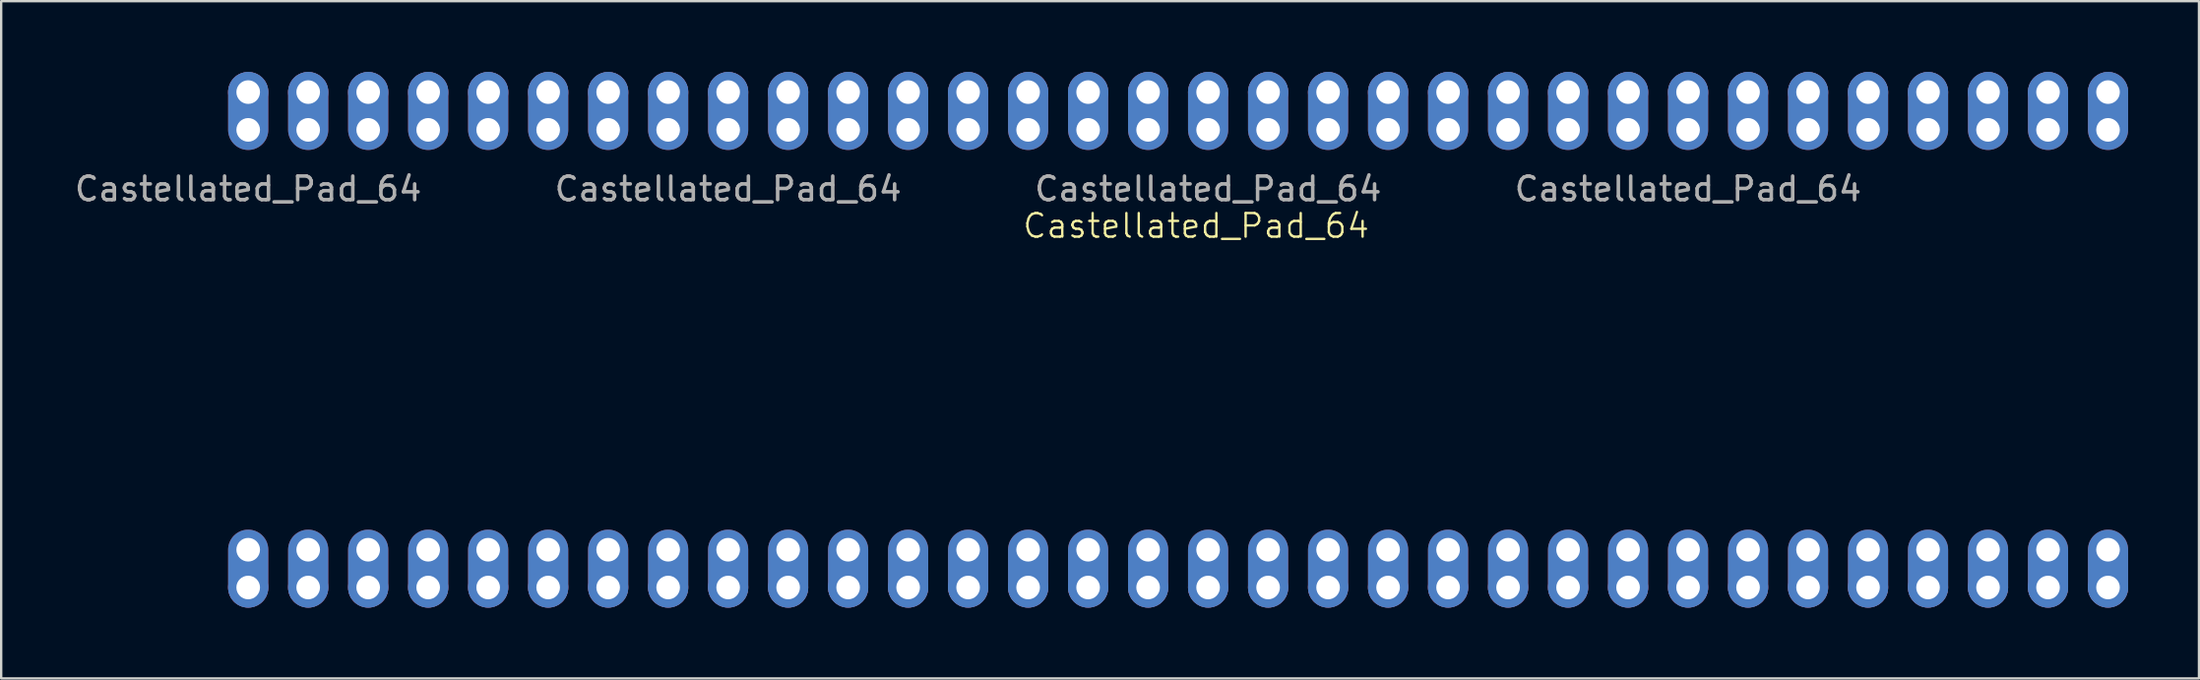
<source format=kicad_pcb>
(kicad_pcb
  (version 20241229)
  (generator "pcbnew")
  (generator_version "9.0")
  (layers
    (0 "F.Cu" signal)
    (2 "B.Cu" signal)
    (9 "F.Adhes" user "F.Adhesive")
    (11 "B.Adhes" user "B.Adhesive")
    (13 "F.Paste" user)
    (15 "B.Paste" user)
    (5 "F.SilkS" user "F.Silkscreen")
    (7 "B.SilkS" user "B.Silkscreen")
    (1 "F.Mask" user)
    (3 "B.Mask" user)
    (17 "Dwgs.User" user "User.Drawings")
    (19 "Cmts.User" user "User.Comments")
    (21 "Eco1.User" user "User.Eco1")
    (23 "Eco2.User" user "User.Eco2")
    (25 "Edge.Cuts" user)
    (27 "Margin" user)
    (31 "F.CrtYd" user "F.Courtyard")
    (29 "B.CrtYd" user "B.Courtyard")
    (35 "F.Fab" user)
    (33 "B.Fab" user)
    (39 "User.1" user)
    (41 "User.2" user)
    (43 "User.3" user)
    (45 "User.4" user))
  (footprint "Castellated_Pad_64"
    (layer "F.Cu")
    (at 7.458 2.45)
    (property "Reference" "Castellated_Pad_64" (at 40.132 4.064 0) (unlocked yes) (layer "F.SilkS") (effects (font (size 1 1) (thickness 0.1))))
    (attr smd)
    (fp_text user "${REFERENCE}" (at 0 2.5 0) (unlocked yes) (layer "F.Fab") (effects (font (size 1 1) (thickness 0.15))))
    (fp_text user "${REFERENCE}" (at 40.64 2.5 0) (unlocked yes) (layer "F.Fab") (effects (font (size 1 1) (thickness 0.15))))
    (fp_text user "${REFERENCE}" (at 60.96 2.5 0) (unlocked yes) (layer "F.Fab") (effects (font (size 1 1) (thickness 0.15))))
    (fp_text user "${REFERENCE}" (at 20.32 2.5 0) (unlocked yes) (layer "F.Fab") (effects (font (size 1 1) (thickness 0.15))))
    (pad "1" thru_hole oval (at 0 17.78 180) (size 1.7 3.3) (drill 1 (offset 0 -0.8)) (property pad_prop_castellated) (layers "*.Cu" "*.Mask"))
    (pad "1" thru_hole circle (at 0 19.38 180) (size 1.7 1.7) (drill 1) (property pad_prop_castellated) (layers "*.Cu" "*.Mask"))
    (pad "2" thru_hole oval (at 2.54 17.78 180) (size 1.7 3.3) (drill 1 (offset 0 -0.8)) (property pad_prop_castellated) (layers "*.Cu" "*.Mask"))
    (pad "2" thru_hole circle (at 2.54 19.38 180) (size 1.7 1.7) (drill 1) (property pad_prop_castellated) (layers "*.Cu" "*.Mask"))
    (pad "3" thru_hole oval (at 5.08 17.78 180) (size 1.7 3.3) (drill 1 (offset 0 -0.8)) (property pad_prop_castellated) (layers "*.Cu" "*.Mask"))
    (pad "3" thru_hole circle (at 5.08 19.38 180) (size 1.7 1.7) (drill 1) (property pad_prop_castellated) (layers "*.Cu" "*.Mask"))
    (pad "4" thru_hole oval (at 7.62 17.78 180) (size 1.7 3.3) (drill 1 (offset 0 -0.8)) (property pad_prop_castellated) (layers "*.Cu" "*.Mask"))
    (pad "4" thru_hole circle (at 7.62 19.38 180) (size 1.7 1.7) (drill 1) (property pad_prop_castellated) (layers "*.Cu" "*.Mask"))
    (pad "5" thru_hole oval (at 10.16 17.78 180) (size 1.7 3.3) (drill 1 (offset 0 -0.8)) (property pad_prop_castellated) (layers "*.Cu" "*.Mask"))
    (pad "5" thru_hole circle (at 10.16 19.38 180) (size 1.7 1.7) (drill 1) (property pad_prop_castellated) (layers "*.Cu" "*.Mask"))
    (pad "6" thru_hole oval (at 12.7 17.78 180) (size 1.7 3.3) (drill 1 (offset 0 -0.8)) (property pad_prop_castellated) (layers "*.Cu" "*.Mask"))
    (pad "6" thru_hole circle (at 12.7 19.38 180) (size 1.7 1.7) (drill 1) (property pad_prop_castellated) (layers "*.Cu" "*.Mask"))
    (pad "7" thru_hole oval (at 15.24 17.78 180) (size 1.7 3.3) (drill 1 (offset 0 -0.8)) (property pad_prop_castellated) (layers "*.Cu" "*.Mask"))
    (pad "7" thru_hole circle (at 15.24 19.38 180) (size 1.7 1.7) (drill 1) (property pad_prop_castellated) (layers "*.Cu" "*.Mask"))
    (pad "8" thru_hole oval (at 17.78 17.78 180) (size 1.7 3.3) (drill 1 (offset 0 -0.8)) (property pad_prop_castellated) (layers "*.Cu" "*.Mask"))
    (pad "8" thru_hole circle (at 17.78 19.38 180) (size 1.7 1.7) (drill 1) (property pad_prop_castellated) (layers "*.Cu" "*.Mask"))
    (pad "9" thru_hole oval (at 20.32 17.78 180) (size 1.7 3.3) (drill 1 (offset 0 -0.8)) (property pad_prop_castellated) (layers "*.Cu" "*.Mask"))
    (pad "9" thru_hole circle (at 20.32 19.38 180) (size 1.7 1.7) (drill 1) (property pad_prop_castellated) (layers "*.Cu" "*.Mask"))
    (pad "10" thru_hole oval (at 22.86 17.78 180) (size 1.7 3.3) (drill 1 (offset 0 -0.8)) (property pad_prop_castellated) (layers "*.Cu" "*.Mask"))
    (pad "10" thru_hole circle (at 22.86 19.38 180) (size 1.7 1.7) (drill 1) (property pad_prop_castellated) (layers "*.Cu" "*.Mask"))
    (pad "11" thru_hole oval (at 25.4 17.78 180) (size 1.7 3.3) (drill 1 (offset 0 -0.8)) (property pad_prop_castellated) (layers "*.Cu" "*.Mask"))
    (pad "11" thru_hole circle (at 25.4 19.38 180) (size 1.7 1.7) (drill 1) (property pad_prop_castellated) (layers "*.Cu" "*.Mask"))
    (pad "12" thru_hole oval (at 27.94 17.78 180) (size 1.7 3.3) (drill 1 (offset 0 -0.8)) (property pad_prop_castellated) (layers "*.Cu" "*.Mask"))
    (pad "12" thru_hole circle (at 27.94 19.38 180) (size 1.7 1.7) (drill 1) (property pad_prop_castellated) (layers "*.Cu" "*.Mask"))
    (pad "13" thru_hole oval (at 30.48 17.78 180) (size 1.7 3.3) (drill 1 (offset 0 -0.8)) (property pad_prop_castellated) (layers "*.Cu" "*.Mask"))
    (pad "13" thru_hole circle (at 30.48 19.38 180) (size 1.7 1.7) (drill 1) (property pad_prop_castellated) (layers "*.Cu" "*.Mask"))
    (pad "14" thru_hole oval (at 33.02 17.78 180) (size 1.7 3.3) (drill 1 (offset 0 -0.8)) (property pad_prop_castellated) (layers "*.Cu" "*.Mask"))
    (pad "14" thru_hole circle (at 33.02 19.38 180) (size 1.7 1.7) (drill 1) (property pad_prop_castellated) (layers "*.Cu" "*.Mask"))
    (pad "15" thru_hole oval (at 35.56 17.78 180) (size 1.7 3.3) (drill 1 (offset 0 -0.8)) (property pad_prop_castellated) (layers "*.Cu" "*.Mask"))
    (pad "15" thru_hole circle (at 35.56 19.38 180) (size 1.7 1.7) (drill 1) (property pad_prop_castellated) (layers "*.Cu" "*.Mask"))
    (pad "16" thru_hole oval (at 38.1 17.78 180) (size 1.7 3.3) (drill 1 (offset 0 -0.8)) (property pad_prop_castellated) (layers "*.Cu" "*.Mask"))
    (pad "16" thru_hole circle (at 38.1 19.38 180) (size 1.7 1.7) (drill 1) (property pad_prop_castellated) (layers "*.Cu" "*.Mask"))
    (pad "17" thru_hole oval (at 40.64 17.78 180) (size 1.7 3.3) (drill 1 (offset 0 -0.8)) (property pad_prop_castellated) (layers "*.Cu" "*.Mask"))
    (pad "17" thru_hole circle (at 40.64 19.38 180) (size 1.7 1.7) (drill 1) (property pad_prop_castellated) (layers "*.Cu" "*.Mask"))
    (pad "18" thru_hole oval (at 43.18 17.78 180) (size 1.7 3.3) (drill 1 (offset 0 -0.8)) (property pad_prop_castellated) (layers "*.Cu" "*.Mask"))
    (pad "18" thru_hole circle (at 43.18 19.38 180) (size 1.7 1.7) (drill 1) (property pad_prop_castellated) (layers "*.Cu" "*.Mask"))
    (pad "19" thru_hole oval (at 45.72 17.78 180) (size 1.7 3.3) (drill 1 (offset 0 -0.8)) (property pad_prop_castellated) (layers "*.Cu" "*.Mask"))
    (pad "19" thru_hole circle (at 45.72 19.38 180) (size 1.7 1.7) (drill 1) (property pad_prop_castellated) (layers "*.Cu" "*.Mask"))
    (pad "20" thru_hole oval (at 48.26 17.78 180) (size 1.7 3.3) (drill 1 (offset 0 -0.8)) (property pad_prop_castellated) (layers "*.Cu" "*.Mask"))
    (pad "20" thru_hole circle (at 48.26 19.38 180) (size 1.7 1.7) (drill 1) (property pad_prop_castellated) (layers "*.Cu" "*.Mask"))
    (pad "21" thru_hole oval (at 50.8 17.78 180) (size 1.7 3.3) (drill 1 (offset 0 -0.8)) (property pad_prop_castellated) (layers "*.Cu" "*.Mask"))
    (pad "21" thru_hole circle (at 50.8 19.38 180) (size 1.7 1.7) (drill 1) (property pad_prop_castellated) (layers "*.Cu" "*.Mask"))
    (pad "22" thru_hole oval (at 53.34 17.78 180) (size 1.7 3.3) (drill 1 (offset 0 -0.8)) (property pad_prop_castellated) (layers "*.Cu" "*.Mask"))
    (pad "22" thru_hole circle (at 53.34 19.38 180) (size 1.7 1.7) (drill 1) (property pad_prop_castellated) (layers "*.Cu" "*.Mask"))
    (pad "23" thru_hole oval (at 55.88 17.78 180) (size 1.7 3.3) (drill 1 (offset 0 -0.8)) (property pad_prop_castellated) (layers "*.Cu" "*.Mask"))
    (pad "23" thru_hole circle (at 55.88 19.38 180) (size 1.7 1.7) (drill 1) (property pad_prop_castellated) (layers "*.Cu" "*.Mask"))
    (pad "24" thru_hole oval (at 58.42 17.78 180) (size 1.7 3.3) (drill 1 (offset 0 -0.8)) (property pad_prop_castellated) (layers "*.Cu" "*.Mask"))
    (pad "24" thru_hole circle (at 58.42 19.38 180) (size 1.7 1.7) (drill 1) (property pad_prop_castellated) (layers "*.Cu" "*.Mask"))
    (pad "25" thru_hole oval (at 60.96 17.78 180) (size 1.7 3.3) (drill 1 (offset 0 -0.8)) (property pad_prop_castellated) (layers "*.Cu" "*.Mask"))
    (pad "25" thru_hole circle (at 60.96 19.38 180) (size 1.7 1.7) (drill 1) (property pad_prop_castellated) (layers "*.Cu" "*.Mask"))
    (pad "26" thru_hole oval (at 63.5 17.78 180) (size 1.7 3.3) (drill 1 (offset 0 -0.8)) (property pad_prop_castellated) (layers "*.Cu" "*.Mask"))
    (pad "26" thru_hole circle (at 63.5 19.38 180) (size 1.7 1.7) (drill 1) (property pad_prop_castellated) (layers "*.Cu" "*.Mask"))
    (pad "27" thru_hole oval (at 66.04 17.78 180) (size 1.7 3.3) (drill 1 (offset 0 -0.8)) (property pad_prop_castellated) (layers "*.Cu" "*.Mask"))
    (pad "27" thru_hole circle (at 66.04 19.38 180) (size 1.7 1.7) (drill 1) (property pad_prop_castellated) (layers "*.Cu" "*.Mask"))
    (pad "28" thru_hole oval (at 68.58 17.78 180) (size 1.7 3.3) (drill 1 (offset 0 -0.8)) (property pad_prop_castellated) (layers "*.Cu" "*.Mask"))
    (pad "28" thru_hole circle (at 68.58 19.38 180) (size 1.7 1.7) (drill 1) (property pad_prop_castellated) (layers "*.Cu" "*.Mask"))
    (pad "29" thru_hole oval (at 71.12 17.78 180) (size 1.7 3.3) (drill 1 (offset 0 -0.8)) (property pad_prop_castellated) (layers "*.Cu" "*.Mask"))
    (pad "29" thru_hole circle (at 71.12 19.38 180) (size 1.7 1.7) (drill 1) (property pad_prop_castellated) (layers "*.Cu" "*.Mask"))
    (pad "30" thru_hole oval (at 73.66 17.78 180) (size 1.7 3.3) (drill 1 (offset 0 -0.8)) (property pad_prop_castellated) (layers "*.Cu" "*.Mask"))
    (pad "30" thru_hole circle (at 73.66 19.38 180) (size 1.7 1.7) (drill 1) (property pad_prop_castellated) (layers "*.Cu" "*.Mask"))
    (pad "31" thru_hole oval (at 76.2 17.78 180) (size 1.7 3.3) (drill 1 (offset 0 -0.8)) (property pad_prop_castellated) (layers "*.Cu" "*.Mask"))
    (pad "31" thru_hole circle (at 76.2 19.38 180) (size 1.7 1.7) (drill 1) (property pad_prop_castellated) (layers "*.Cu" "*.Mask"))
    (pad "32" thru_hole oval (at 78.74 17.78 180) (size 1.7 3.3) (drill 1 (offset 0 -0.8)) (property pad_prop_castellated) (layers "*.Cu" "*.Mask"))
    (pad "32" thru_hole circle (at 78.74 19.38 180) (size 1.7 1.7) (drill 1) (property pad_prop_castellated) (layers "*.Cu" "*.Mask"))
    (pad "33" thru_hole circle (at 78.74 -1.6) (size 1.7 1.7) (drill 1) (property pad_prop_castellated) (layers "*.Cu" "*.Mask"))
    (pad "33" thru_hole oval (at 78.74 0) (size 1.7 3.3) (drill 1 (offset 0 -0.8)) (property pad_prop_castellated) (layers "*.Cu" "*.Mask"))
    (pad "34" thru_hole circle (at 76.2 -1.6) (size 1.7 1.7) (drill 1) (property pad_prop_castellated) (layers "*.Cu" "*.Mask"))
    (pad "34" thru_hole oval (at 76.2 0) (size 1.7 3.3) (drill 1 (offset 0 -0.8)) (property pad_prop_castellated) (layers "*.Cu" "*.Mask"))
    (pad "35" thru_hole circle (at 73.66 -1.6) (size 1.7 1.7) (drill 1) (property pad_prop_castellated) (layers "*.Cu" "*.Mask"))
    (pad "35" thru_hole oval (at 73.66 0) (size 1.7 3.3) (drill 1 (offset 0 -0.8)) (property pad_prop_castellated) (layers "*.Cu" "*.Mask"))
    (pad "36" thru_hole circle (at 71.12 -1.6) (size 1.7 1.7) (drill 1) (property pad_prop_castellated) (layers "*.Cu" "*.Mask"))
    (pad "36" thru_hole oval (at 71.12 0) (size 1.7 3.3) (drill 1 (offset 0 -0.8)) (property pad_prop_castellated) (layers "*.Cu" "*.Mask"))
    (pad "37" thru_hole circle (at 68.58 -1.6) (size 1.7 1.7) (drill 1) (property pad_prop_castellated) (layers "*.Cu" "*.Mask"))
    (pad "37" thru_hole oval (at 68.58 0) (size 1.7 3.3) (drill 1 (offset 0 -0.8)) (property pad_prop_castellated) (layers "*.Cu" "*.Mask"))
    (pad "38" thru_hole circle (at 66.04 -1.6) (size 1.7 1.7) (drill 1) (property pad_prop_castellated) (layers "*.Cu" "*.Mask"))
    (pad "38" thru_hole oval (at 66.04 0) (size 1.7 3.3) (drill 1 (offset 0 -0.8)) (property pad_prop_castellated) (layers "*.Cu" "*.Mask"))
    (pad "39" thru_hole circle (at 63.5 -1.6) (size 1.7 1.7) (drill 1) (property pad_prop_castellated) (layers "*.Cu" "*.Mask"))
    (pad "39" thru_hole oval (at 63.5 0) (size 1.7 3.3) (drill 1 (offset 0 -0.8)) (property pad_prop_castellated) (layers "*.Cu" "*.Mask"))
    (pad "40" thru_hole circle (at 60.96 -1.6) (size 1.7 1.7) (drill 1) (property pad_prop_castellated) (layers "*.Cu" "*.Mask"))
    (pad "40" thru_hole oval (at 60.96 0) (size 1.7 3.3) (drill 1 (offset 0 -0.8)) (property pad_prop_castellated) (layers "*.Cu" "*.Mask"))
    (pad "41" thru_hole circle (at 58.42 -1.6) (size 1.7 1.7) (drill 1) (property pad_prop_castellated) (layers "*.Cu" "*.Mask"))
    (pad "41" thru_hole oval (at 58.42 0) (size 1.7 3.3) (drill 1 (offset 0 -0.8)) (property pad_prop_castellated) (layers "*.Cu" "*.Mask"))
    (pad "42" thru_hole circle (at 55.88 -1.6) (size 1.7 1.7) (drill 1) (property pad_prop_castellated) (layers "*.Cu" "*.Mask"))
    (pad "42" thru_hole oval (at 55.88 0) (size 1.7 3.3) (drill 1 (offset 0 -0.8)) (property pad_prop_castellated) (layers "*.Cu" "*.Mask"))
    (pad "43" thru_hole circle (at 53.34 -1.6) (size 1.7 1.7) (drill 1) (property pad_prop_castellated) (layers "*.Cu" "*.Mask"))
    (pad "43" thru_hole oval (at 53.34 0) (size 1.7 3.3) (drill 1 (offset 0 -0.8)) (property pad_prop_castellated) (layers "*.Cu" "*.Mask"))
    (pad "44" thru_hole circle (at 50.8 -1.6) (size 1.7 1.7) (drill 1) (property pad_prop_castellated) (layers "*.Cu" "*.Mask"))
    (pad "44" thru_hole oval (at 50.8 0) (size 1.7 3.3) (drill 1 (offset 0 -0.8)) (property pad_prop_castellated) (layers "*.Cu" "*.Mask"))
    (pad "45" thru_hole circle (at 48.26 -1.6) (size 1.7 1.7) (drill 1) (property pad_prop_castellated) (layers "*.Cu" "*.Mask"))
    (pad "45" thru_hole oval (at 48.26 0) (size 1.7 3.3) (drill 1 (offset 0 -0.8)) (property pad_prop_castellated) (layers "*.Cu" "*.Mask"))
    (pad "46" thru_hole circle (at 45.72 -1.6) (size 1.7 1.7) (drill 1) (property pad_prop_castellated) (layers "*.Cu" "*.Mask"))
    (pad "46" thru_hole oval (at 45.72 0) (size 1.7 3.3) (drill 1 (offset 0 -0.8)) (property pad_prop_castellated) (layers "*.Cu" "*.Mask"))
    (pad "47" thru_hole circle (at 43.18 -1.6) (size 1.7 1.7) (drill 1) (property pad_prop_castellated) (layers "*.Cu" "*.Mask"))
    (pad "47" thru_hole oval (at 43.18 0) (size 1.7 3.3) (drill 1 (offset 0 -0.8)) (property pad_prop_castellated) (layers "*.Cu" "*.Mask"))
    (pad "48" thru_hole circle (at 40.64 -1.6) (size 1.7 1.7) (drill 1) (property pad_prop_castellated) (layers "*.Cu" "*.Mask"))
    (pad "48" thru_hole oval (at 40.64 0) (size 1.7 3.3) (drill 1 (offset 0 -0.8)) (property pad_prop_castellated) (layers "*.Cu" "*.Mask"))
    (pad "49" thru_hole circle (at 38.1 -1.6) (size 1.7 1.7) (drill 1) (property pad_prop_castellated) (layers "*.Cu" "*.Mask"))
    (pad "49" thru_hole oval (at 38.1 0) (size 1.7 3.3) (drill 1 (offset 0 -0.8)) (property pad_prop_castellated) (layers "*.Cu" "*.Mask"))
    (pad "50" thru_hole circle (at 35.56 -1.6) (size 1.7 1.7) (drill 1) (property pad_prop_castellated) (layers "*.Cu" "*.Mask"))
    (pad "50" thru_hole oval (at 35.56 0) (size 1.7 3.3) (drill 1 (offset 0 -0.8)) (property pad_prop_castellated) (layers "*.Cu" "*.Mask"))
    (pad "51" thru_hole circle (at 33.02 -1.6) (size 1.7 1.7) (drill 1) (property pad_prop_castellated) (layers "*.Cu" "*.Mask"))
    (pad "51" thru_hole oval (at 33.02 0) (size 1.7 3.3) (drill 1 (offset 0 -0.8)) (property pad_prop_castellated) (layers "*.Cu" "*.Mask"))
    (pad "52" thru_hole circle (at 30.48 -1.6) (size 1.7 1.7) (drill 1) (property pad_prop_castellated) (layers "*.Cu" "*.Mask"))
    (pad "52" thru_hole oval (at 30.48 0) (size 1.7 3.3) (drill 1 (offset 0 -0.8)) (property pad_prop_castellated) (layers "*.Cu" "*.Mask"))
    (pad "53" thru_hole circle (at 27.94 -1.6) (size 1.7 1.7) (drill 1) (property pad_prop_castellated) (layers "*.Cu" "*.Mask"))
    (pad "53" thru_hole oval (at 27.94 0) (size 1.7 3.3) (drill 1 (offset 0 -0.8)) (property pad_prop_castellated) (layers "*.Cu" "*.Mask"))
    (pad "54" thru_hole circle (at 25.4 -1.6) (size 1.7 1.7) (drill 1) (property pad_prop_castellated) (layers "*.Cu" "*.Mask"))
    (pad "54" thru_hole oval (at 25.4 0) (size 1.7 3.3) (drill 1 (offset 0 -0.8)) (property pad_prop_castellated) (layers "*.Cu" "*.Mask"))
    (pad "55" thru_hole circle (at 22.86 -1.6) (size 1.7 1.7) (drill 1) (property pad_prop_castellated) (layers "*.Cu" "*.Mask"))
    (pad "55" thru_hole oval (at 22.86 0) (size 1.7 3.3) (drill 1 (offset 0 -0.8)) (property pad_prop_castellated) (layers "*.Cu" "*.Mask"))
    (pad "56" thru_hole circle (at 20.32 -1.6) (size 1.7 1.7) (drill 1) (property pad_prop_castellated) (layers "*.Cu" "*.Mask"))
    (pad "56" thru_hole oval (at 20.32 0) (size 1.7 3.3) (drill 1 (offset 0 -0.8)) (property pad_prop_castellated) (layers "*.Cu" "*.Mask"))
    (pad "57" thru_hole circle (at 17.78 -1.6) (size 1.7 1.7) (drill 1) (property pad_prop_castellated) (layers "*.Cu" "*.Mask"))
    (pad "57" thru_hole oval (at 17.78 0) (size 1.7 3.3) (drill 1 (offset 0 -0.8)) (property pad_prop_castellated) (layers "*.Cu" "*.Mask"))
    (pad "58" thru_hole circle (at 15.24 -1.6) (size 1.7 1.7) (drill 1) (property pad_prop_castellated) (layers "*.Cu" "*.Mask"))
    (pad "58" thru_hole oval (at 15.24 0) (size 1.7 3.3) (drill 1 (offset 0 -0.8)) (property pad_prop_castellated) (layers "*.Cu" "*.Mask"))
    (pad "59" thru_hole circle (at 12.7 -1.6) (size 1.7 1.7) (drill 1) (property pad_prop_castellated) (layers "*.Cu" "*.Mask"))
    (pad "59" thru_hole oval (at 12.7 0) (size 1.7 3.3) (drill 1 (offset 0 -0.8)) (property pad_prop_castellated) (layers "*.Cu" "*.Mask"))
    (pad "60" thru_hole circle (at 10.16 -1.6) (size 1.7 1.7) (drill 1) (property pad_prop_castellated) (layers "*.Cu" "*.Mask"))
    (pad "60" thru_hole oval (at 10.16 0) (size 1.7 3.3) (drill 1 (offset 0 -0.8)) (property pad_prop_castellated) (layers "*.Cu" "*.Mask"))
    (pad "61" thru_hole circle (at 7.62 -1.6) (size 1.7 1.7) (drill 1) (property pad_prop_castellated) (layers "*.Cu" "*.Mask"))
    (pad "61" thru_hole oval (at 7.62 0) (size 1.7 3.3) (drill 1 (offset 0 -0.8)) (property pad_prop_castellated) (layers "*.Cu" "*.Mask"))
    (pad "62" thru_hole circle (at 5.08 -1.6) (size 1.7 1.7) (drill 1) (property pad_prop_castellated) (layers "*.Cu" "*.Mask"))
    (pad "62" thru_hole oval (at 5.08 0) (size 1.7 3.3) (drill 1 (offset 0 -0.8)) (property pad_prop_castellated) (layers "*.Cu" "*.Mask"))
    (pad "63" thru_hole circle (at 2.54 -1.6) (size 1.7 1.7) (drill 1) (property pad_prop_castellated) (layers "*.Cu" "*.Mask"))
    (pad "63" thru_hole oval (at 2.54 0) (size 1.7 3.3) (drill 1 (offset 0 -0.8)) (property pad_prop_castellated) (layers "*.Cu" "*.Mask"))
    (pad "64" thru_hole circle (at 0 -1.6) (size 1.7 1.7) (drill 1) (property pad_prop_castellated) (layers "*.Cu" "*.Mask"))
    (pad "64" thru_hole oval (at 0 0) (size 1.7 3.3) (drill 1 (offset 0 -0.8)) (property pad_prop_castellated) (layers "*.Cu" "*.Mask")))
  (gr_rect
    (start -3 -3)
    (end 90.048 25.68)
    (stroke (width 0.1) (type default))
    (fill no)
    (layer "Edge.Cuts")))
</source>
